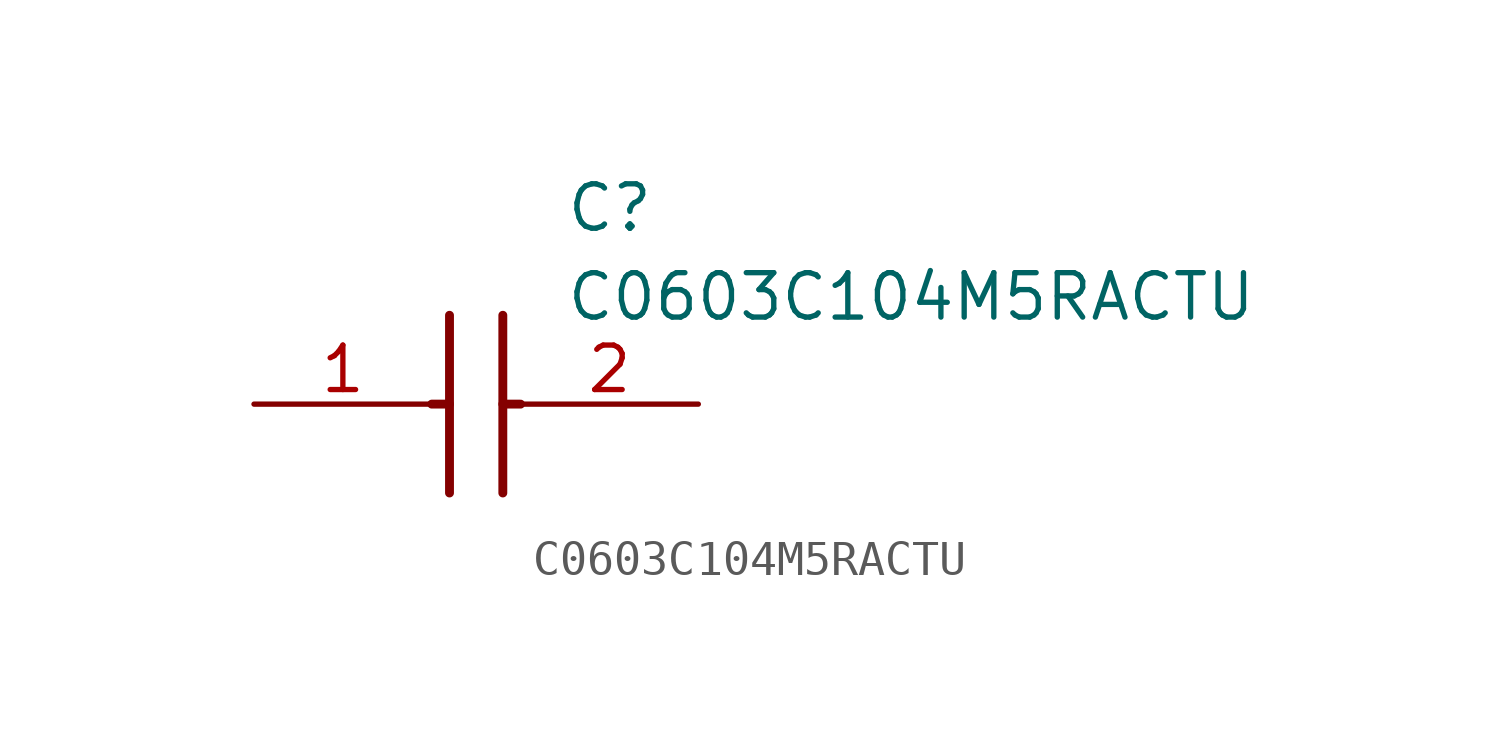
<source format=kicad_sym>
(kicad_symbol_lib
  (version 20211014)
  (generator SamacSys_ECAD_Model)
  (symbol "C0603C104M5RACTU"
    (pin_names hide)
    (property "Reference" "C"
      (at 8.89 6.35 0)
      (effects (font (size 1.27 1.27)) (justify left top)))
    (property "Value" "C0603C104M5RACTU"
      (at 8.89 3.81 0)
      (effects (font (size 1.27 1.27)) (justify left top)))
    (polyline
      (pts (xy 5.588 2.54) (xy 5.588 -2.54))
      (stroke (width 0.254) (type default))
      (fill (type none)))
    (polyline
      (pts (xy 7.112 2.54) (xy 7.112 -2.54))
      (stroke (width 0.254) (type default))
      (fill (type none)))
    (polyline
      (pts (xy 5.08 0) (xy 5.588 0))
      (stroke (width 0.254) (type default))
      (fill (type none)))
    (polyline
      (pts (xy 7.112 0) (xy 7.62 0))
      (stroke (width 0.254) (type default))
      (fill (type none)))
    (pin passive line
      (at 0 0 0)
      (length 5.08)
      (name "1" (effects (font (size 1.27 1.27))))
      (number "1" (effects (font (size 1.27 1.27)))))
    (pin passive line
      (at 12.7 0 180)
      (length 5.08)
      (name "2" (effects (font (size 1.27 1.27))))
      (number "2" (effects (font (size 1.27 1.27)))))))
</source>
